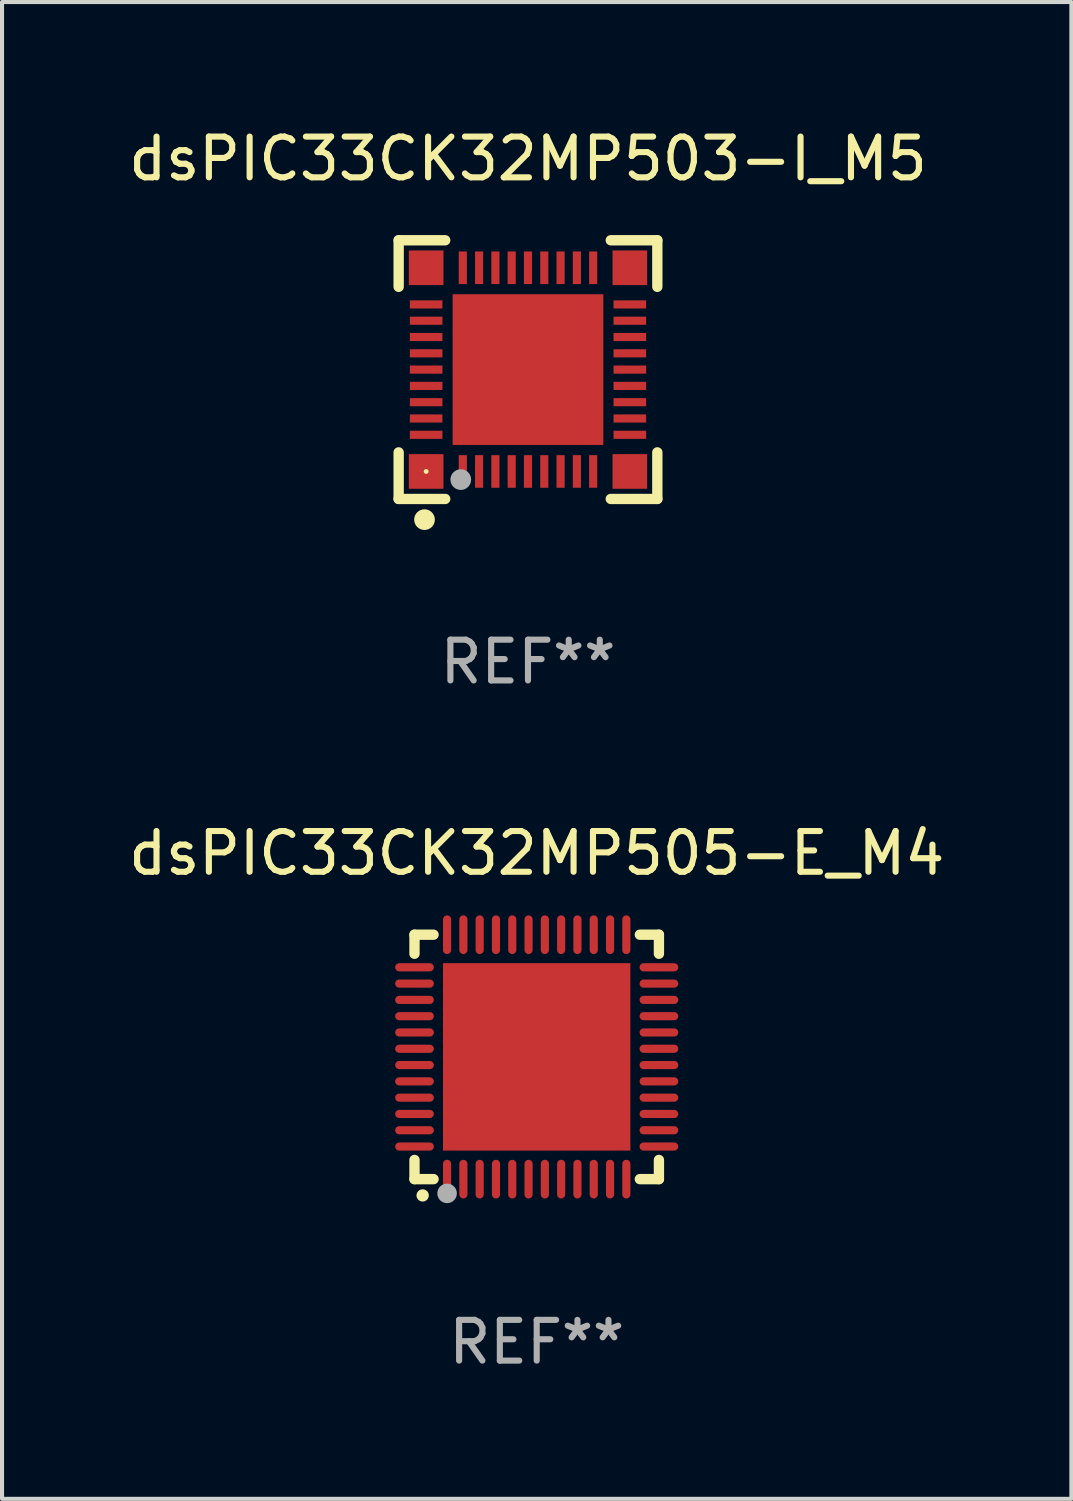
<source format=kicad_pcb>
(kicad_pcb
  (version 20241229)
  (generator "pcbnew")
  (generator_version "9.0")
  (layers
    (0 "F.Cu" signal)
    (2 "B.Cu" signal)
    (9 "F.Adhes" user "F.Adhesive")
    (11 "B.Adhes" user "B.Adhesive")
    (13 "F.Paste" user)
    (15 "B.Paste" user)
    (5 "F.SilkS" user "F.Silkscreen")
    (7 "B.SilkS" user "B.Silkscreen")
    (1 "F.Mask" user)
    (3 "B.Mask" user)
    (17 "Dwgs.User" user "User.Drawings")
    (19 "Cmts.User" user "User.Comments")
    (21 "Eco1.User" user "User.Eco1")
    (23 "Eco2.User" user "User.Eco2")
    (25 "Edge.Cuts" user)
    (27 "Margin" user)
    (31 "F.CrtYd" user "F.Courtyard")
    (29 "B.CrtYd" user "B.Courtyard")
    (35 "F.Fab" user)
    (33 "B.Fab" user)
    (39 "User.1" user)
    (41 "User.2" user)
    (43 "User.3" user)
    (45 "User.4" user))
  (footprint "dsPIC33CK32MP505-E_M4"
    (layer "F.Cu")
    (at 10.125 22.895)
    (property "Reference" "dsPIC33CK32MP505-E_M4" (at 0 -5 0) (layer "F.SilkS") (effects (font (size 1 1) (thickness 0.15))))
    (attr through_hole)
    (fp_line (start -3 -3) (end -2.532 -3) (stroke (width 0.254) (type solid)) (layer "F.SilkS"))
    (fp_line (start -3 -2.532) (end -3 -3) (stroke (width 0.254) (type solid)) (layer "F.SilkS"))
    (fp_line (start -3 3) (end -3 2.529) (stroke (width 0.254) (type solid)) (layer "F.SilkS"))
    (fp_line (start -2.532 3) (end -3 3) (stroke (width 0.254) (type solid)) (layer "F.SilkS"))
    (fp_line (start 2.532 -3) (end 3 -3) (stroke (width 0.254) (type solid)) (layer "F.SilkS"))
    (fp_line (start 3 -3) (end 3 -2.532) (stroke (width 0.254) (type solid)) (layer "F.SilkS"))
    (fp_line (start 3 2.529) (end 3 3) (stroke (width 0.254) (type solid)) (layer "F.SilkS"))
    (fp_line (start 3 3) (end 2.532 3) (stroke (width 0.254) (type solid)) (layer "F.SilkS"))
    (fp_arc (start -2.801295 3.400025) (mid -2.800025 3.40002) (end -2.798755 3.400025) (stroke (width 0.3) (type solid)) (layer "F.SilkS"))
    (fp_circle (center -3 3) (end -2.97 3) (stroke (width 0.06) (type solid)) (fill no) (layer "F.SilkS"))
    (fp_circle (center -2.2 3.35) (end -2.08 3.35) (stroke (width 0.24) (type solid)) (fill no) (layer "F.Fab"))
    (fp_text user "REF**" (at 0 7 0) (layer "F.Fab") (effects (font (size 1 1) (thickness 0.15))))
    (pad "1" smd oval (at -2.2 3) (size 0.2 0.95) (layers "F.Cu" "F.Mask" "F.Paste"))
    (pad "2" smd oval (at -1.8 3) (size 0.2 0.95) (layers "F.Cu" "F.Mask" "F.Paste"))
    (pad "3" smd oval (at -1.4 3) (size 0.2 0.95) (layers "F.Cu" "F.Mask" "F.Paste"))
    (pad "4" smd oval (at -1 3) (size 0.2 0.95) (layers "F.Cu" "F.Mask" "F.Paste"))
    (pad "5" smd oval (at -0.6 3) (size 0.2 0.95) (layers "F.Cu" "F.Mask" "F.Paste"))
    (pad "6" smd oval (at -0.2 3) (size 0.2 0.95) (layers "F.Cu" "F.Mask" "F.Paste"))
    (pad "7" smd oval (at 0.2 3) (size 0.2 0.95) (layers "F.Cu" "F.Mask" "F.Paste"))
    (pad "8" smd oval (at 0.6 3) (size 0.2 0.95) (layers "F.Cu" "F.Mask" "F.Paste"))
    (pad "9" smd oval (at 1 3) (size 0.2 0.95) (layers "F.Cu" "F.Mask" "F.Paste"))
    (pad "10" smd oval (at 1.4 3) (size 0.2 0.95) (layers "F.Cu" "F.Mask" "F.Paste"))
    (pad "11" smd oval (at 1.8 3) (size 0.2 0.95) (layers "F.Cu" "F.Mask" "F.Paste"))
    (pad "12" smd oval (at 2.2 3) (size 0.2 0.95) (layers "F.Cu" "F.Mask" "F.Paste"))
    (pad "13" smd oval (at 3 2.2 90) (size 0.2 0.95) (layers "F.Cu" "F.Mask" "F.Paste"))
    (pad "14" smd oval (at 3 1.8 90) (size 0.2 0.95) (layers "F.Cu" "F.Mask" "F.Paste"))
    (pad "15" smd oval (at 3 1.4 90) (size 0.2 0.95) (layers "F.Cu" "F.Mask" "F.Paste"))
    (pad "16" smd oval (at 3 1 90) (size 0.2 0.95) (layers "F.Cu" "F.Mask" "F.Paste"))
    (pad "17" smd oval (at 3 0.6 90) (size 0.2 0.95) (layers "F.Cu" "F.Mask" "F.Paste"))
    (pad "18" smd oval (at 3 0.2 90) (size 0.2 0.95) (layers "F.Cu" "F.Mask" "F.Paste"))
    (pad "19" smd oval (at 3 -0.2 90) (size 0.2 0.95) (layers "F.Cu" "F.Mask" "F.Paste"))
    (pad "20" smd oval (at 3 -0.6 90) (size 0.2 0.95) (layers "F.Cu" "F.Mask" "F.Paste"))
    (pad "21" smd oval (at 3 -1 90) (size 0.2 0.95) (layers "F.Cu" "F.Mask" "F.Paste"))
    (pad "22" smd oval (at 3 -1.4 90) (size 0.2 0.95) (layers "F.Cu" "F.Mask" "F.Paste"))
    (pad "23" smd oval (at 3 -1.8 90) (size 0.2 0.95) (layers "F.Cu" "F.Mask" "F.Paste"))
    (pad "24" smd oval (at 3 -2.2 90) (size 0.2 0.95) (layers "F.Cu" "F.Mask" "F.Paste"))
    (pad "25" smd oval (at 2.2 -3 180) (size 0.2 0.95) (layers "F.Cu" "F.Mask" "F.Paste"))
    (pad "26" smd oval (at 1.8 -3 180) (size 0.2 0.95) (layers "F.Cu" "F.Mask" "F.Paste"))
    (pad "27" smd oval (at 1.4 -3 180) (size 0.2 0.95) (layers "F.Cu" "F.Mask" "F.Paste"))
    (pad "28" smd oval (at 1 -3 180) (size 0.2 0.95) (layers "F.Cu" "F.Mask" "F.Paste"))
    (pad "29" smd oval (at 0.6 -3 180) (size 0.2 0.95) (layers "F.Cu" "F.Mask" "F.Paste"))
    (pad "30" smd oval (at 0.2 -3 180) (size 0.2 0.95) (layers "F.Cu" "F.Mask" "F.Paste"))
    (pad "31" smd oval (at -0.2 -3 180) (size 0.2 0.95) (layers "F.Cu" "F.Mask" "F.Paste"))
    (pad "32" smd oval (at -0.6 -3 180) (size 0.2 0.95) (layers "F.Cu" "F.Mask" "F.Paste"))
    (pad "33" smd oval (at -1 -3 180) (size 0.2 0.95) (layers "F.Cu" "F.Mask" "F.Paste"))
    (pad "34" smd oval (at -1.4 -3 180) (size 0.2 0.95) (layers "F.Cu" "F.Mask" "F.Paste"))
    (pad "35" smd oval (at -1.8 -3 180) (size 0.2 0.95) (layers "F.Cu" "F.Mask" "F.Paste"))
    (pad "36" smd oval (at -2.2 -3 180) (size 0.2 0.95) (layers "F.Cu" "F.Mask" "F.Paste"))
    (pad "37" smd oval (at -3 -2.2 270) (size 0.2 0.95) (layers "F.Cu" "F.Mask" "F.Paste"))
    (pad "38" smd oval (at -3 -1.8 270) (size 0.2 0.95) (layers "F.Cu" "F.Mask" "F.Paste"))
    (pad "39" smd oval (at -3 -1.4 270) (size 0.2 0.95) (layers "F.Cu" "F.Mask" "F.Paste"))
    (pad "40" smd oval (at -3 -1 270) (size 0.2 0.95) (layers "F.Cu" "F.Mask" "F.Paste"))
    (pad "41" smd oval (at -3 -0.6 270) (size 0.2 0.95) (layers "F.Cu" "F.Mask" "F.Paste"))
    (pad "42" smd oval (at -3 -0.2 270) (size 0.2 0.95) (layers "F.Cu" "F.Mask" "F.Paste"))
    (pad "43" smd oval (at -3 0.2 270) (size 0.2 0.95) (layers "F.Cu" "F.Mask" "F.Paste"))
    (pad "44" smd oval (at -3 0.6 270) (size 0.2 0.95) (layers "F.Cu" "F.Mask" "F.Paste"))
    (pad "45" smd oval (at -3 1 270) (size 0.2 0.95) (layers "F.Cu" "F.Mask" "F.Paste"))
    (pad "46" smd oval (at -3 1.4 270) (size 0.2 0.95) (layers "F.Cu" "F.Mask" "F.Paste"))
    (pad "47" smd oval (at -3 1.8 270) (size 0.2 0.95) (layers "F.Cu" "F.Mask" "F.Paste"))
    (pad "48" smd oval (at -3 2.2 270) (size 0.2 0.95) (layers "F.Cu" "F.Mask" "F.Paste"))
    (pad "49" smd rect (at -0.001 -0.001 180) (size 4.6 4.6) (layers "F.Cu" "F.Mask" "F.Paste")))
  (footprint "dsPIC33CK32MP503-I_M5"
    (layer "F.Cu")
    (at 9.911 6.023)
    (property "Reference" "dsPIC33CK32MP503-I_M5" (at 0 -5.175 0) (layer "F.SilkS") (effects (font (size 1 1) (thickness 0.15))))
    (attr through_hole)
    (fp_line (start -3.175 -3.175) (end -2.032 -3.175) (stroke (width 0.254) (type solid)) (layer "F.SilkS"))
    (fp_line (start -3.175 -2.032) (end -3.175 -3.175) (stroke (width 0.254) (type solid)) (layer "F.SilkS"))
    (fp_line (start -3.175 3.175) (end -3.175 2.032) (stroke (width 0.254) (type solid)) (layer "F.SilkS"))
    (fp_line (start -2.032 3.175) (end -3.175 3.175) (stroke (width 0.254) (type solid)) (layer "F.SilkS"))
    (fp_line (start 2.032 -3.175) (end 3.175 -3.175) (stroke (width 0.254) (type solid)) (layer "F.SilkS"))
    (fp_line (start 3.175 -3.175) (end 3.175 -2.032) (stroke (width 0.254) (type solid)) (layer "F.SilkS"))
    (fp_line (start 3.175 2.032) (end 3.175 3.175) (stroke (width 0.254) (type solid)) (layer "F.SilkS"))
    (fp_line (start 3.175 3.175) (end 2.032 3.175) (stroke (width 0.254) (type solid)) (layer "F.SilkS"))
    (fp_circle (center -2.54 3.683) (end -2.413 3.683) (stroke (width 0.254) (type solid)) (fill no) (layer "F.SilkS"))
    (fp_circle (center -2.5 2.5) (end -2.47 2.5) (stroke (width 0.06) (type solid)) (fill no) (layer "F.SilkS"))
    (fp_circle (center -1.65 2.7) (end -1.523 2.7) (stroke (width 0.254) (type solid)) (fill no) (layer "F.Fab"))
    (fp_text user "REF**" (at 0 7.175 0) (layer "F.Fab") (effects (font (size 1 1) (thickness 0.15))))
    (pad "1" smd rect (at -1.6 2.5) (size 0.2 0.8) (layers "F.Cu" "F.Mask" "F.Paste"))
    (pad "2" smd rect (at -1.2 2.5) (size 0.2 0.8) (layers "F.Cu" "F.Mask" "F.Paste"))
    (pad "3" smd rect (at -0.8 2.5) (size 0.2 0.8) (layers "F.Cu" "F.Mask" "F.Paste"))
    (pad "4" smd rect (at -0.4 2.5) (size 0.2 0.8) (layers "F.Cu" "F.Mask" "F.Paste"))
    (pad "5" smd rect (at -0.000051 2.5) (size 0.2 0.8) (layers "F.Cu" "F.Mask" "F.Paste"))
    (pad "6" smd rect (at 0.4 2.5) (size 0.2 0.8) (layers "F.Cu" "F.Mask" "F.Paste"))
    (pad "7" smd rect (at 0.8 2.5) (size 0.2 0.8) (layers "F.Cu" "F.Mask" "F.Paste"))
    (pad "8" smd rect (at 1.2 2.5) (size 0.2 0.8) (layers "F.Cu" "F.Mask" "F.Paste"))
    (pad "9" smd rect (at 1.6 2.5) (size 0.2 0.8) (layers "F.Cu" "F.Mask" "F.Paste"))
    (pad "10" smd rect (at 2.5 1.6 90) (size 0.2 0.8) (layers "F.Cu" "F.Mask" "F.Paste"))
    (pad "11" smd rect (at 2.5 1.2 90) (size 0.2 0.8) (layers "F.Cu" "F.Mask" "F.Paste"))
    (pad "12" smd rect (at 2.5 0.8 90) (size 0.2 0.8) (layers "F.Cu" "F.Mask" "F.Paste"))
    (pad "13" smd rect (at 2.5 0.4 90) (size 0.2 0.8) (layers "F.Cu" "F.Mask" "F.Paste"))
    (pad "14" smd rect (at 2.5 -0.000051 90) (size 0.2 0.8) (layers "F.Cu" "F.Mask" "F.Paste"))
    (pad "15" smd rect (at 2.5 -0.4 90) (size 0.2 0.8) (layers "F.Cu" "F.Mask" "F.Paste"))
    (pad "16" smd rect (at 2.5 -0.8 90) (size 0.2 0.8) (layers "F.Cu" "F.Mask" "F.Paste"))
    (pad "17" smd rect (at 2.5 -1.2 90) (size 0.2 0.8) (layers "F.Cu" "F.Mask" "F.Paste"))
    (pad "18" smd rect (at 2.5 -1.6 90) (size 0.2 0.8) (layers "F.Cu" "F.Mask" "F.Paste"))
    (pad "19" smd rect (at 1.6 -2.5 180) (size 0.2 0.8) (layers "F.Cu" "F.Mask" "F.Paste"))
    (pad "20" smd rect (at 1.2 -2.5 180) (size 0.2 0.8) (layers "F.Cu" "F.Mask" "F.Paste"))
    (pad "21" smd rect (at 0.8 -2.5 180) (size 0.2 0.8) (layers "F.Cu" "F.Mask" "F.Paste"))
    (pad "22" smd rect (at 0.4 -2.5 180) (size 0.2 0.8) (layers "F.Cu" "F.Mask" "F.Paste"))
    (pad "23" smd rect (at -0.000051 -2.5 180) (size 0.2 0.8) (layers "F.Cu" "F.Mask" "F.Paste"))
    (pad "24" smd rect (at -0.4 -2.5 180) (size 0.2 0.8) (layers "F.Cu" "F.Mask" "F.Paste"))
    (pad "25" smd rect (at -0.8 -2.5 180) (size 0.2 0.8) (layers "F.Cu" "F.Mask" "F.Paste"))
    (pad "26" smd rect (at -1.2 -2.5 180) (size 0.2 0.8) (layers "F.Cu" "F.Mask" "F.Paste"))
    (pad "27" smd rect (at -1.6 -2.5 180) (size 0.2 0.8) (layers "F.Cu" "F.Mask" "F.Paste"))
    (pad "28" smd rect (at -2.5 -1.6 270) (size 0.2 0.8) (layers "F.Cu" "F.Mask" "F.Paste"))
    (pad "29" smd rect (at -2.5 -1.2 270) (size 0.2 0.8) (layers "F.Cu" "F.Mask" "F.Paste"))
    (pad "30" smd rect (at -2.5 -0.8 270) (size 0.2 0.8) (layers "F.Cu" "F.Mask" "F.Paste"))
    (pad "31" smd rect (at -2.5 -0.4 270) (size 0.2 0.8) (layers "F.Cu" "F.Mask" "F.Paste"))
    (pad "32" smd rect (at -2.5 -0.000051 270) (size 0.2 0.8) (layers "F.Cu" "F.Mask" "F.Paste"))
    (pad "33" smd rect (at -2.5 0.4 270) (size 0.2 0.8) (layers "F.Cu" "F.Mask" "F.Paste"))
    (pad "34" smd rect (at -2.5 0.8 270) (size 0.2 0.8) (layers "F.Cu" "F.Mask" "F.Paste"))
    (pad "35" smd rect (at -2.5 1.2 270) (size 0.2 0.8) (layers "F.Cu" "F.Mask" "F.Paste"))
    (pad "36" smd rect (at -2.5 1.6 270) (size 0.2 0.8) (layers "F.Cu" "F.Mask" "F.Paste"))
    (pad "37" smd rect (at -2.5 -2.5) (size 0.85 0.85) (layers "F.Cu" "F.Mask" "F.Paste"))
    (pad "37" smd rect (at -2.5 2.5) (size 0.85 0.85) (layers "F.Cu" "F.Mask" "F.Paste"))
    (pad "37" smd rect (at -0.000051 -0.000051) (size 3.7 3.7) (layers "F.Cu" "F.Mask" "F.Paste"))
    (pad "37" smd rect (at 2.5 -2.5) (size 0.85 0.85) (layers "F.Cu" "F.Mask" "F.Paste"))
    (pad "37" smd rect (at 2.5 2.5) (size 0.85 0.85) (layers "F.Cu" "F.Mask" "F.Paste")))
  (gr_rect
    (start -3 -3)
    (end 23.25 33.743)
    (stroke (width 0.1) (type default))
    (fill no)
    (layer "Edge.Cuts")))
</source>
